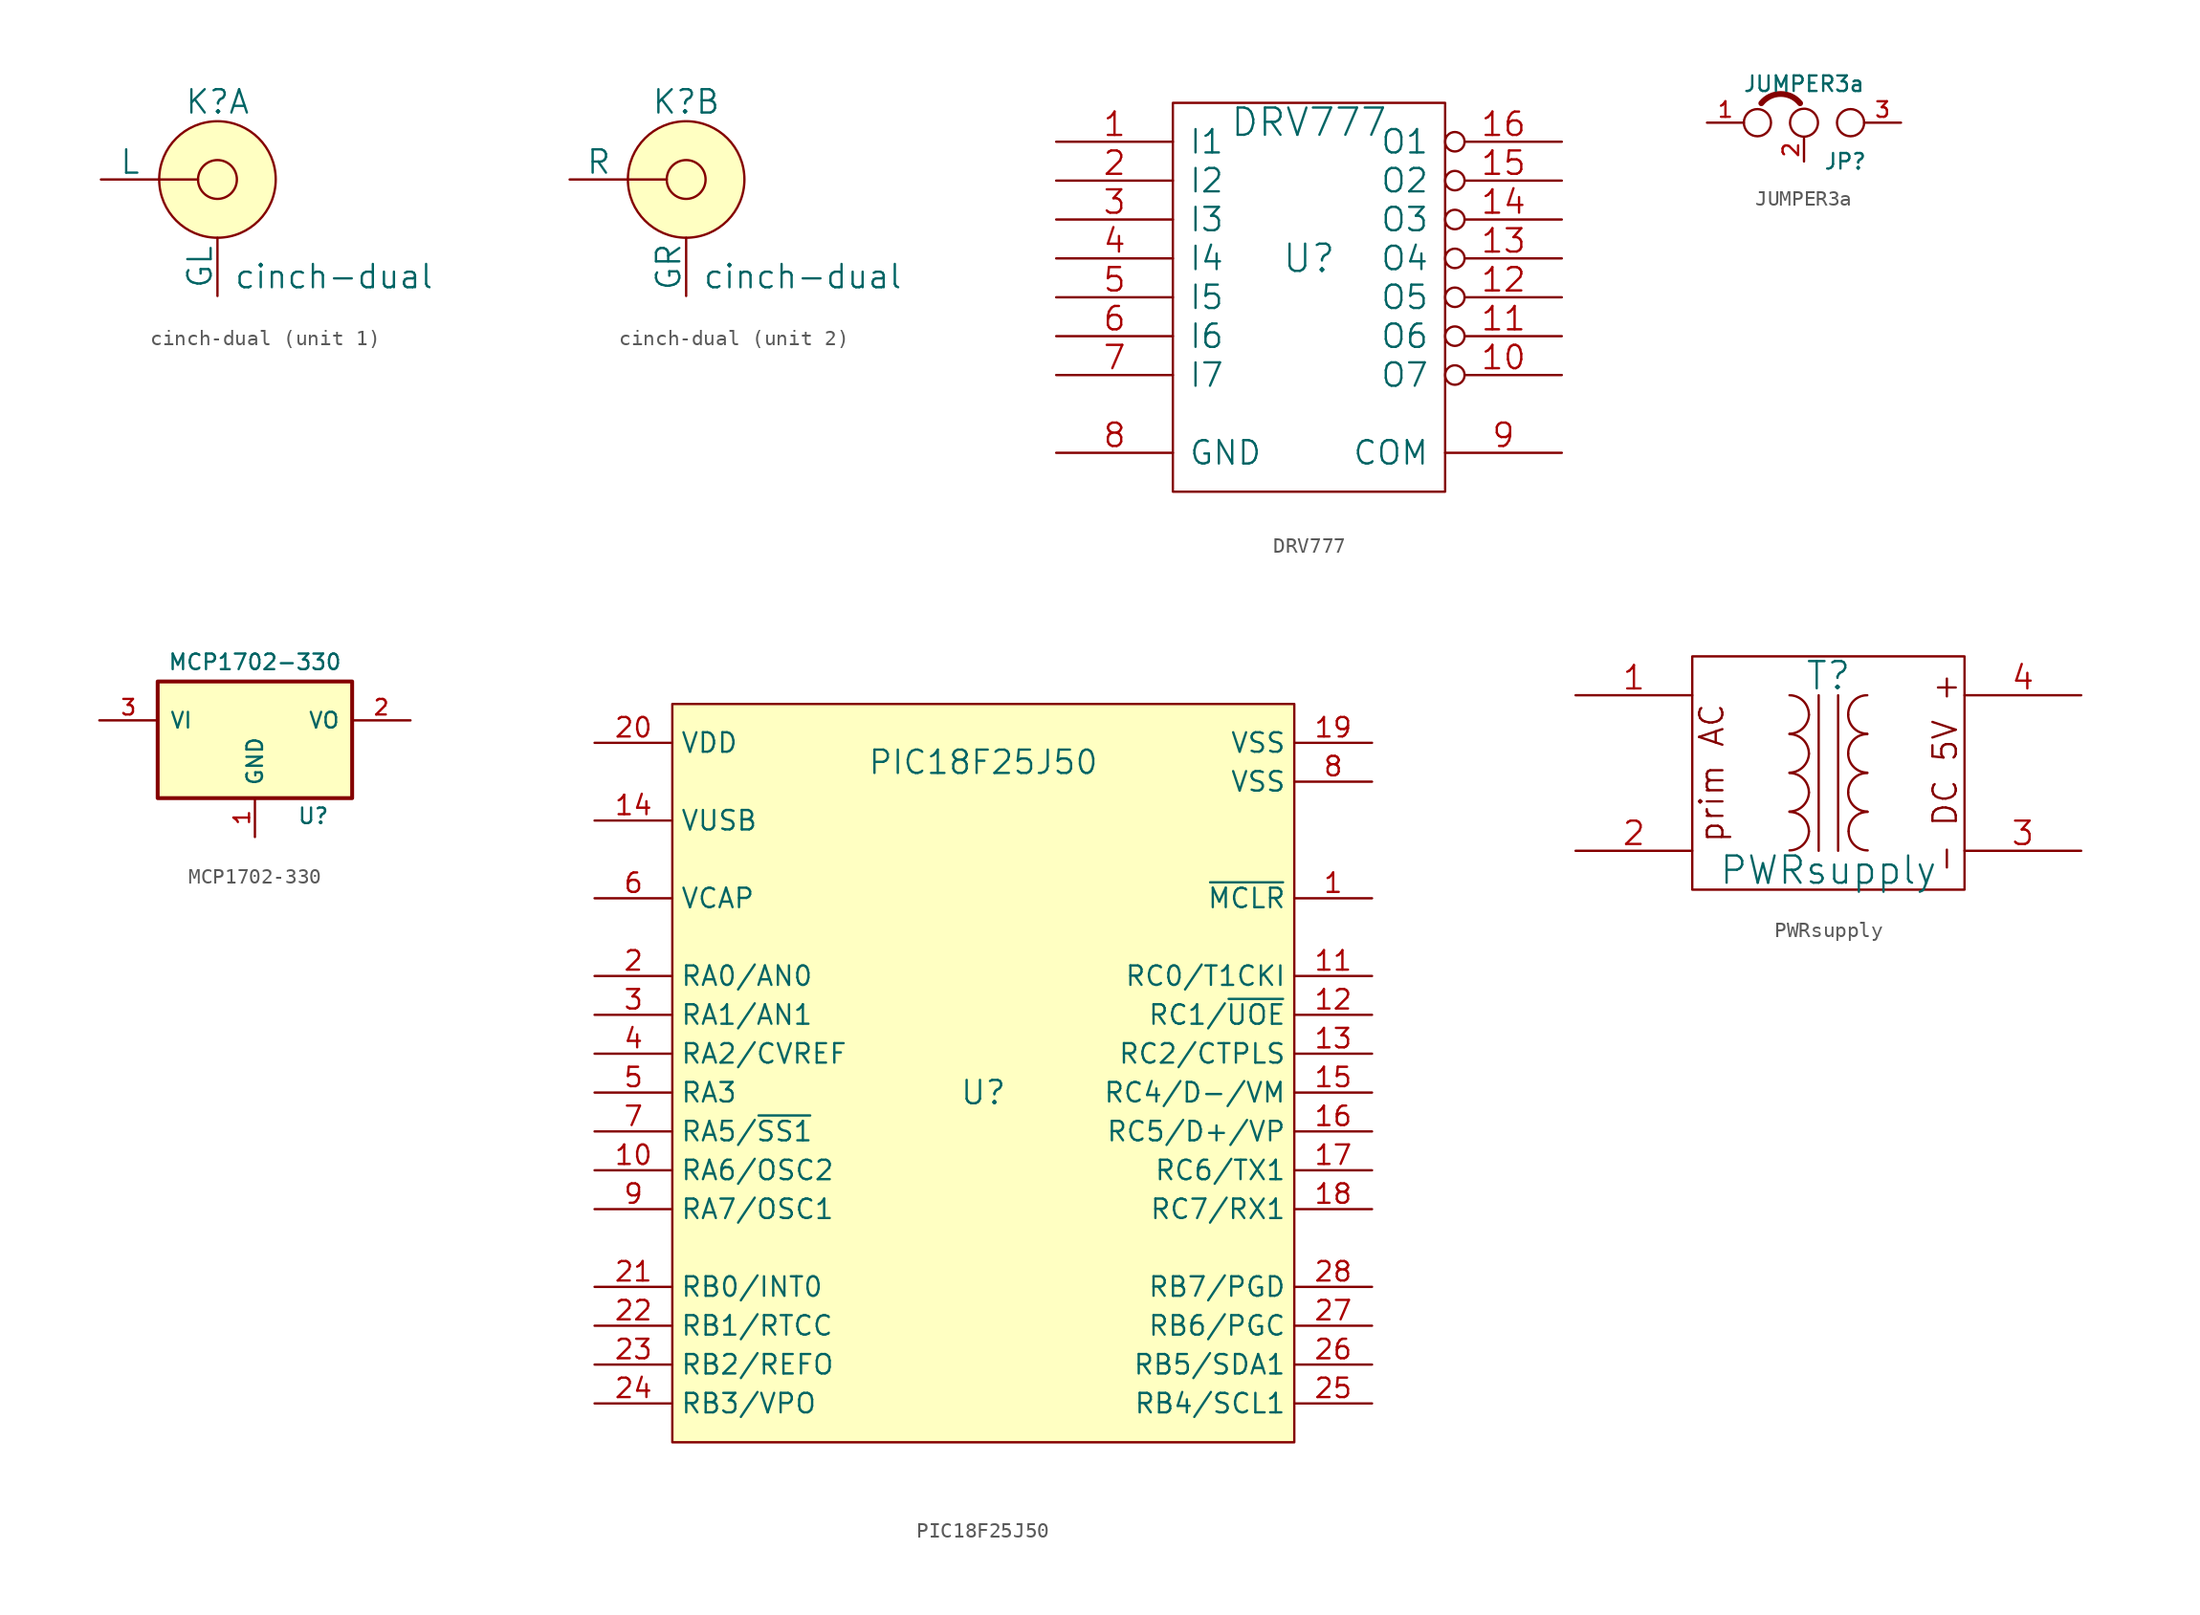
<source format=kicad_sym>
(kicad_symbol_lib
  (version 20231120)
  (generator "kicad_symbol_editor")
  (generator_version "8.0")
  (symbol "cinch-dual"
    (pin_numbers hide)
    (pin_names
      (offset 0))
    (property "Reference" "K"
      (at 0 5.08 0)
      (effects (font (size 1.524 1.524))))
    (property "Value" "cinch-dual"
      (at 7.62 -6.35 0)
      (effects (font (size 1.524 1.524))))
    (property "Footprint" ""
      (at 0 0 0)
      (effects (font (size 1.524 1.524))))
    (property "Datasheet" ""
      (at 0 0 0)
      (effects (font (size 1.524 1.524))))
    (symbol "cinch-dual_0_1"
      (polyline (pts (xy -1.27 0) (xy -2.54 0) (xy -3.81 0)) (stroke (width 0) (type solid)) (fill (type none)))
      (circle (center 0 0) (radius 1.27) (stroke (width 0) (type solid)) (fill (type none)))
      (circle (center 0 0) (radius 3.81) (stroke (width 0) (type solid)) (fill (type background))))
    (symbol "cinch-dual_1_1"
      (pin passive line (at -7.62 0 0) (length 3.81) (name "L" (effects (font (size 1.524 1.524)))) (number "2" (effects (font (size 1.524 1.524)))))
      (pin passive line (at 0 -7.62 90) (length 3.81) (name "GL" (effects (font (size 1.524 1.524)))) (number "3" (effects (font (size 1.524 1.524))))))
    (symbol "cinch-dual_2_1"
      (pin passive line (at -7.62 0 0) (length 3.81) (name "R" (effects (font (size 1.524 1.524)))) (number "1" (effects (font (size 1.524 1.524)))))
      (pin passive line (at 0 -7.62 90) (length 3.81) (name "GR" (effects (font (size 1.524 1.524)))) (number "4" (effects (font (size 1.524 1.524)))))))
  (symbol "DRV777"
    (pin_names
      (offset 1.016))
    (property "Reference" "U"
      (at 0 2.54 0)
      (effects (font (size 1.778 1.778))))
    (property "Value" "DRV777"
      (at 0 11.43 0)
      (effects (font (size 1.778 1.778))))
    (property "Footprint" ""
      (at 0 0 0)
      (effects (font (size 1.524 1.524))))
    (property "Datasheet" ""
      (at 0 0 0)
      (effects (font (size 1.524 1.524))))
    (symbol "DRV777_0_1"
      (rectangle (start -8.89 -12.7) (end 8.89 12.7) (stroke (width 0) (type solid)) (fill (type none))))
    (symbol "DRV777_1_1"
      (pin input line (at -16.51 10.16 0) (length 7.62) (name "I1" (effects (font (size 1.524 1.524)))) (number "1" (effects (font (size 1.524 1.524)))))
      (pin open_collector inverted (at 16.51 -5.08 180) (length 7.62) (name "O7" (effects (font (size 1.524 1.524)))) (number "10" (effects (font (size 1.524 1.524)))))
      (pin open_collector inverted (at 16.51 -2.54 180) (length 7.62) (name "O6" (effects (font (size 1.524 1.524)))) (number "11" (effects (font (size 1.524 1.524)))))
      (pin open_collector inverted (at 16.51 0 180) (length 7.62) (name "O5" (effects (font (size 1.524 1.524)))) (number "12" (effects (font (size 1.524 1.524)))))
      (pin open_collector inverted (at 16.51 2.54 180) (length 7.62) (name "O4" (effects (font (size 1.524 1.524)))) (number "13" (effects (font (size 1.524 1.524)))))
      (pin open_collector inverted (at 16.51 5.08 180) (length 7.62) (name "O3" (effects (font (size 1.524 1.524)))) (number "14" (effects (font (size 1.524 1.524)))))
      (pin open_collector inverted (at 16.51 7.62 180) (length 7.62) (name "O2" (effects (font (size 1.524 1.524)))) (number "15" (effects (font (size 1.524 1.524)))))
      (pin open_collector inverted (at 16.51 10.16 180) (length 7.62) (name "O1" (effects (font (size 1.524 1.524)))) (number "16" (effects (font (size 1.524 1.524)))))
      (pin input line (at -16.51 7.62 0) (length 7.62) (name "I2" (effects (font (size 1.524 1.524)))) (number "2" (effects (font (size 1.524 1.524)))))
      (pin input line (at -16.51 5.08 0) (length 7.62) (name "I3" (effects (font (size 1.524 1.524)))) (number "3" (effects (font (size 1.524 1.524)))))
      (pin input line (at -16.51 2.54 0) (length 7.62) (name "I4" (effects (font (size 1.524 1.524)))) (number "4" (effects (font (size 1.524 1.524)))))
      (pin input line (at -16.51 0 0) (length 7.62) (name "I5" (effects (font (size 1.524 1.524)))) (number "5" (effects (font (size 1.524 1.524)))))
      (pin input line (at -16.51 -2.54 0) (length 7.62) (name "I6" (effects (font (size 1.524 1.524)))) (number "6" (effects (font (size 1.524 1.524)))))
      (pin input line (at -16.51 -5.08 0) (length 7.62) (name "I7" (effects (font (size 1.524 1.524)))) (number "7" (effects (font (size 1.524 1.524)))))
      (pin power_in line (at -16.51 -10.16 0) (length 7.62) (name "GND" (effects (font (size 1.524 1.524)))) (number "8" (effects (font (size 1.524 1.524)))))
      (pin input line (at 16.51 -10.16 180) (length 7.62) (name "COM" (effects (font (size 1.524 1.524)))) (number "9" (effects (font (size 1.524 1.524)))))))
  (symbol "JUMPER3a"
    (pin_names
      (offset 0.762) hide)
    (property "Reference" "JP"
      (at 1.27 -2.54 0)
      (effects (font (size 1.016 1.016)) (justify left)))
    (property "Value" "JUMPER3a"
      (at 0 2.54 0)
      (effects (font (size 1.016 1.016))))
    (property "Footprint" ""
      (at 0 0 0)
      (effects (font (size 1.524 1.524))))
    (property "Datasheet" ""
      (at 0 0 0)
      (effects (font (size 1.524 1.524))))
    (symbol "JUMPER3a_0_1"
      (circle (center -3.048 0) (radius 0.889) (stroke (width 0) (type solid)) (fill (type none)))
      (arc (start -0.254 1.27) (mid -1.524 1.8804) (end -2.794 1.27) (stroke (width 0.381) (type solid)) (fill (type none)))
      (circle (center 0 0) (radius 0.914) (stroke (width 0) (type solid)) (fill (type none)))
      (circle (center 3.048 0) (radius 0.889) (stroke (width 0) (type solid)) (fill (type none)))
      (pin passive line (at -6.35 0 0) (length 2.413) (name "1" (effects (font (size 1.016 1.016)))) (number "1" (effects (font (size 1.016 1.016)))))
      (pin passive line (at 0 -2.54 90) (length 1.524) (name "2" (effects (font (size 1.016 1.016)))) (number "2" (effects (font (size 1.016 1.016)))))
      (pin passive line (at 6.35 0 180) (length 2.413) (name "3" (effects (font (size 1.016 1.016)))) (number "3" (effects (font (size 1.016 1.016)))))))
  (symbol "MCP1702-330"
    (pin_names
      (offset 0.762))
    (property "Reference" "U"
      (at 3.81 -4.978 0)
      (effects (font (size 1.016 1.016))))
    (property "Value" "MCP1702-330"
      (at 0 5.08 0)
      (effects (font (size 1.016 1.016))))
    (property "Footprint" ""
      (at 0 0 0)
      (effects (font (size 1.524 1.524))))
    (property "Datasheet" ""
      (at 0 0 0)
      (effects (font (size 1.524 1.524))))
    (symbol "MCP1702-330_0_1"
      (rectangle (start -6.35 -3.81) (end 6.35 3.81) (stroke (width 0.254) (type solid)) (fill (type background))))
    (symbol "MCP1702-330_1_1"
      (pin power_in line (at 0 -6.35 90) (length 2.54) (name "GND" (effects (font (size 1.016 1.016)))) (number "1" (effects (font (size 1.016 1.016)))))
      (pin power_out line (at 10.16 1.27 180) (length 3.81) (name "VO" (effects (font (size 1.016 1.016)))) (number "2" (effects (font (size 1.016 1.016)))))
      (pin power_in line (at -10.16 1.27 0) (length 3.81) (name "VI" (effects (font (size 1.016 1.016)))) (number "3" (effects (font (size 1.016 1.016)))))))
  (symbol "PIC18F25J50"
    (property "Reference" "U"
      (at 0 0 0)
      (effects (font (size 1.524 1.524))))
    (property "Value" "PIC18F25J50"
      (at 0 21.59 0)
      (effects (font (size 1.524 1.524))))
    (property "Footprint" ""
      (at 0 0 0)
      (effects (font (size 1.524 1.524))))
    (property "Datasheet" ""
      (at 0 0 0)
      (effects (font (size 1.524 1.524))))
    (symbol "PIC18F25J50_0_1"
      (rectangle (start -20.32 25.4) (end 20.32 -22.86) (stroke (width 0) (type solid)) (fill (type background))))
    (symbol "PIC18F25J50_1_1"
      (pin input line (at 25.4 12.7 180) (length 5.08) (name "~{MCLR}" (effects (font (size 1.27 1.27)))) (number "1" (effects (font (size 1.27 1.27)))))
      (pin bidirectional line (at -25.4 -5.08 0) (length 5.08) (name "RA6/OSC2" (effects (font (size 1.27 1.27)))) (number "10" (effects (font (size 1.27 1.27)))))
      (pin input line (at 25.4 7.62 180) (length 5.08) (name "RC0/T1CKI" (effects (font (size 1.27 1.27)))) (number "11" (effects (font (size 1.27 1.27)))))
      (pin input line (at 25.4 5.08 180) (length 5.08) (name "RC1/~{UOE}" (effects (font (size 1.27 1.27)))) (number "12" (effects (font (size 1.27 1.27)))))
      (pin input line (at 25.4 2.54 180) (length 5.08) (name "RC2/CTPLS" (effects (font (size 1.27 1.27)))) (number "13" (effects (font (size 1.27 1.27)))))
      (pin input line (at -25.4 17.78 0) (length 5.08) (name "VUSB" (effects (font (size 1.27 1.27)))) (number "14" (effects (font (size 1.27 1.27)))))
      (pin input line (at 25.4 0 180) (length 5.08) (name "RC4/D-/VM" (effects (font (size 1.27 1.27)))) (number "15" (effects (font (size 1.27 1.27)))))
      (pin input line (at 25.4 -2.54 180) (length 5.08) (name "RC5/D+/VP" (effects (font (size 1.27 1.27)))) (number "16" (effects (font (size 1.27 1.27)))))
      (pin input line (at 25.4 -5.08 180) (length 5.08) (name "RC6/TX1" (effects (font (size 1.27 1.27)))) (number "17" (effects (font (size 1.27 1.27)))))
      (pin input line (at 25.4 -7.62 180) (length 5.08) (name "RC7/RX1" (effects (font (size 1.27 1.27)))) (number "18" (effects (font (size 1.27 1.27)))))
      (pin power_in line (at 25.4 22.86 180) (length 5.08) (name "VSS" (effects (font (size 1.27 1.27)))) (number "19" (effects (font (size 1.27 1.27)))))
      (pin input line (at -25.4 7.62 0) (length 5.08) (name "RA0/AN0" (effects (font (size 1.27 1.27)))) (number "2" (effects (font (size 1.27 1.27)))))
      (pin power_in line (at -25.4 22.86 0) (length 5.08) (name "VDD" (effects (font (size 1.27 1.27)))) (number "20" (effects (font (size 1.27 1.27)))))
      (pin bidirectional line (at -25.4 -12.7 0) (length 5.08) (name "RB0/INT0" (effects (font (size 1.27 1.27)))) (number "21" (effects (font (size 1.27 1.27)))))
      (pin bidirectional line (at -25.4 -15.24 0) (length 5.08) (name "RB1/RTCC" (effects (font (size 1.27 1.27)))) (number "22" (effects (font (size 1.27 1.27)))))
      (pin bidirectional line (at -25.4 -17.78 0) (length 5.08) (name "RB2/REFO" (effects (font (size 1.27 1.27)))) (number "23" (effects (font (size 1.27 1.27)))))
      (pin bidirectional line (at -25.4 -20.32 0) (length 5.08) (name "RB3/VPO" (effects (font (size 1.27 1.27)))) (number "24" (effects (font (size 1.27 1.27)))))
      (pin input line (at 25.4 -20.32 180) (length 5.08) (name "RB4/SCL1" (effects (font (size 1.27 1.27)))) (number "25" (effects (font (size 1.27 1.27)))))
      (pin input line (at 25.4 -17.78 180) (length 5.08) (name "RB5/SDA1" (effects (font (size 1.27 1.27)))) (number "26" (effects (font (size 1.27 1.27)))))
      (pin input line (at 25.4 -15.24 180) (length 5.08) (name "RB6/PGC" (effects (font (size 1.27 1.27)))) (number "27" (effects (font (size 1.27 1.27)))))
      (pin input line (at 25.4 -12.7 180) (length 5.08) (name "RB7/PGD" (effects (font (size 1.27 1.27)))) (number "28" (effects (font (size 1.27 1.27)))))
      (pin input line (at -25.4 5.08 0) (length 5.08) (name "RA1/AN1" (effects (font (size 1.27 1.27)))) (number "3" (effects (font (size 1.27 1.27)))))
      (pin input line (at -25.4 2.54 0) (length 5.08) (name "RA2/CVREF" (effects (font (size 1.27 1.27)))) (number "4" (effects (font (size 1.27 1.27)))))
      (pin input line (at -25.4 0 0) (length 5.08) (name "RA3" (effects (font (size 1.27 1.27)))) (number "5" (effects (font (size 1.27 1.27)))))
      (pin input line (at -25.4 12.7 0) (length 5.08) (name "VCAP" (effects (font (size 1.27 1.27)))) (number "6" (effects (font (size 1.27 1.27)))))
      (pin input line (at -25.4 -2.54 0) (length 5.08) (name "RA5/~{SS1}" (effects (font (size 1.27 1.27)))) (number "7" (effects (font (size 1.27 1.27)))))
      (pin power_in line (at 25.4 20.32 180) (length 5.08) (name "VSS" (effects (font (size 1.27 1.27)))) (number "8" (effects (font (size 1.27 1.27)))))
      (pin bidirectional line (at -25.4 -7.62 0) (length 5.08) (name "RA7/OSC1" (effects (font (size 1.27 1.27)))) (number "9" (effects (font (size 1.27 1.27)))))))
  (symbol "PWRsupply"
    (pin_names
      (offset 1.016) hide)
    (property "Reference" "T"
      (at 0 6.35 0)
      (effects (font (size 1.778 1.778))))
    (property "Value" "PWRsupply"
      (at 0 -6.35 0)
      (effects (font (size 1.778 1.778))))
    (property "Footprint" ""
      (at 0 0 0)
      (effects (font (size 1.524 1.524))))
    (property "Datasheet" ""
      (at 0 0 0)
      (effects (font (size 1.524 1.524))))
    (symbol "PWRsupply_0_0"
      (text "- DC 5V +" (at 7.62 0 900) (effects (font (size 1.524 1.524))))
      (text "prim AC" (at -7.62 0 900) (effects (font (size 1.524 1.524)))))
    (symbol "PWRsupply_0_1"
      (rectangle (start -8.89 7.62) (end 8.89 -7.62) (stroke (width 0) (type solid)) (fill (type none)))
      (arc (start -2.54 -5.0546) (mid -1.6599 -4.6901) (end -1.27 -3.81) (stroke (width 0) (type solid)) (fill (type none)))
      (arc (start -2.54 -2.5146) (mid -1.6599 -2.1501) (end -1.27 -1.27) (stroke (width 0) (type solid)) (fill (type none)))
      (arc (start -2.54 0.0254) (mid -1.6599 0.3899) (end -1.27 1.27) (stroke (width 0) (type solid)) (fill (type none)))
      (arc (start -2.54 2.5654) (mid -1.6599 2.9299) (end -1.27 3.81) (stroke (width 0) (type solid)) (fill (type none)))
      (arc (start -1.27 -3.81) (mid -1.642 -2.912) (end -2.54 -2.54) (stroke (width 0) (type solid)) (fill (type none)))
      (arc (start -1.27 -1.27) (mid -1.642 -0.372) (end -2.54 0) (stroke (width 0) (type solid)) (fill (type none)))
      (arc (start -1.27 1.27) (mid -1.642 2.168) (end -2.54 2.54) (stroke (width 0) (type solid)) (fill (type none)))
      (arc (start -1.27 3.81) (mid -1.642 4.708) (end -2.54 5.08) (stroke (width 0) (type solid)) (fill (type none)))
      (polyline (pts (xy -0.635 5.08) (xy -0.635 -5.08)) (stroke (width 0) (type solid)) (fill (type none)))
      (polyline (pts (xy 0.635 -5.08) (xy 0.635 5.08)) (stroke (width 0) (type solid)) (fill (type none)))
      (arc (start 1.2954 -1.27) (mid 1.6599 -2.1501) (end 2.54 -2.5146) (stroke (width 0) (type solid)) (fill (type none)))
      (arc (start 1.2954 1.27) (mid 1.6599 0.3899) (end 2.54 0.0254) (stroke (width 0) (type solid)) (fill (type none)))
      (arc (start 1.2954 3.81) (mid 1.6599 2.9299) (end 2.54 2.5654) (stroke (width 0) (type solid)) (fill (type none)))
      (arc (start 1.3208 -3.81) (mid 1.6853 -4.6901) (end 2.5654 -5.0546) (stroke (width 0) (type solid)) (fill (type none)))
      (arc (start 2.54 0) (mid 1.642 -0.372) (end 1.2954 -1.27) (stroke (width 0) (type solid)) (fill (type none)))
      (arc (start 2.54 2.54) (mid 1.642 2.168) (end 1.2954 1.27) (stroke (width 0) (type solid)) (fill (type none)))
      (arc (start 2.54 5.08) (mid 1.642 4.708) (end 1.2954 3.81) (stroke (width 0) (type solid)) (fill (type none)))
      (arc (start 2.5654 -2.54) (mid 1.6674 -2.912) (end 1.3208 -3.81) (stroke (width 0) (type solid)) (fill (type none))))
    (symbol "PWRsupply_1_1"
      (pin passive line (at -16.51 5.08 0) (length 7.62) (name "AA" (effects (font (size 1.524 1.524)))) (number "1" (effects (font (size 1.524 1.524)))))
      (pin passive line (at -16.51 -5.08 0) (length 7.62) (name "AB" (effects (font (size 1.524 1.524)))) (number "2" (effects (font (size 1.524 1.524)))))
      (pin passive line (at 16.51 -5.08 180) (length 7.62) (name "SA" (effects (font (size 1.524 1.524)))) (number "3" (effects (font (size 1.524 1.524)))))
      (pin passive line (at 16.51 5.08 180) (length 7.62) (name "SB" (effects (font (size 1.524 1.524)))) (number "4" (effects (font (size 1.524 1.524))))))))
</source>
